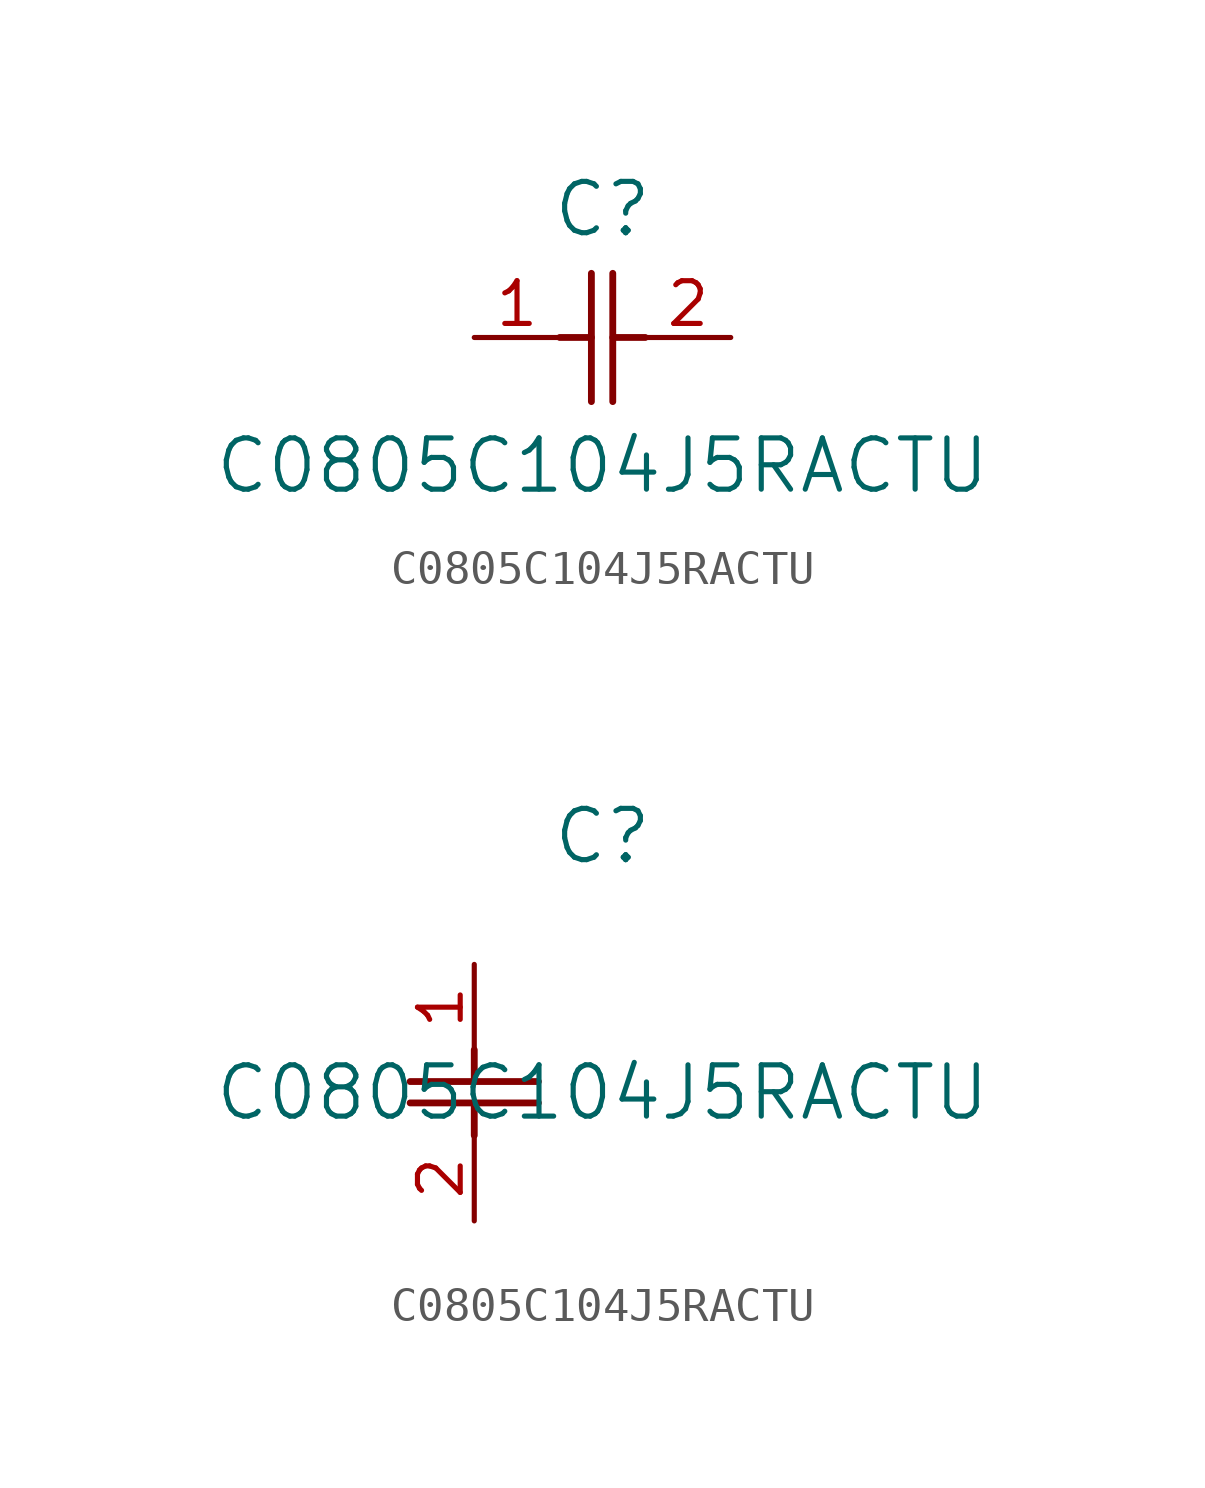
<source format=kicad_sym>
(kicad_symbol_lib
  (version 20211014)
  (generator kicad_symbol_editor)
  (symbol "C0805C104J5RACTU"
    (pin_names
      (offset 0.254))
    (property "Reference" "C"
      (at 3.81 3.81 0)
      (effects (font (size 1.524 1.524))))
    (property "Value" "C0805C104J5RACTU"
      (at 3.81 -3.81 0)
      (effects (font (size 1.524 1.524))))
    (symbol "C0805C104J5RACTU_1_1"
      (polyline (pts (xy 3.48 -1.905) (xy 3.48 1.905)) (stroke (width 0.203) (type default) (color 0 0 0 0)) (fill (type none)))
      (polyline (pts (xy 4.115 -1.905) (xy 4.115 1.905)) (stroke (width 0.203) (type default) (color 0 0 0 0)) (fill (type none)))
      (polyline (pts (xy 4.115 0) (xy 5.08 0)) (stroke (width 0.203) (type default) (color 0 0 0 0)) (fill (type none)))
      (polyline (pts (xy 2.54 0) (xy 3.48 0)) (stroke (width 0.203) (type default) (color 0 0 0 0)) (fill (type none)))
      (pin unspecified line (at 0 0 0) (length 2.54) (name "" (effects (font (size 1.27 1.27)))) (number "1" (effects (font (size 1.27 1.27)))))
      (pin unspecified line (at 7.62 0 180) (length 2.54) (name "" (effects (font (size 1.27 1.27)))) (number "2" (effects (font (size 1.27 1.27))))))
    (symbol "C0805C104J5RACTU_1_2"
      (polyline (pts (xy -1.905 -3.48) (xy 1.905 -3.48)) (stroke (width 0.203) (type default) (color 0 0 0 0)) (fill (type none)))
      (polyline (pts (xy -1.905 -4.115) (xy 1.905 -4.115)) (stroke (width 0.203) (type default) (color 0 0 0 0)) (fill (type none)))
      (polyline (pts (xy 0 -4.115) (xy 0 -5.08)) (stroke (width 0.203) (type default) (color 0 0 0 0)) (fill (type none)))
      (polyline (pts (xy 0 -2.54) (xy 0 -3.48)) (stroke (width 0.203) (type default) (color 0 0 0 0)) (fill (type none)))
      (pin unspecified line (at 0 0 270) (length 2.54) (name "" (effects (font (size 1.27 1.27)))) (number "1" (effects (font (size 1.27 1.27)))))
      (pin unspecified line (at 0 -7.62 90) (length 2.54) (name "" (effects (font (size 1.27 1.27)))) (number "2" (effects (font (size 1.27 1.27))))))))
</source>
